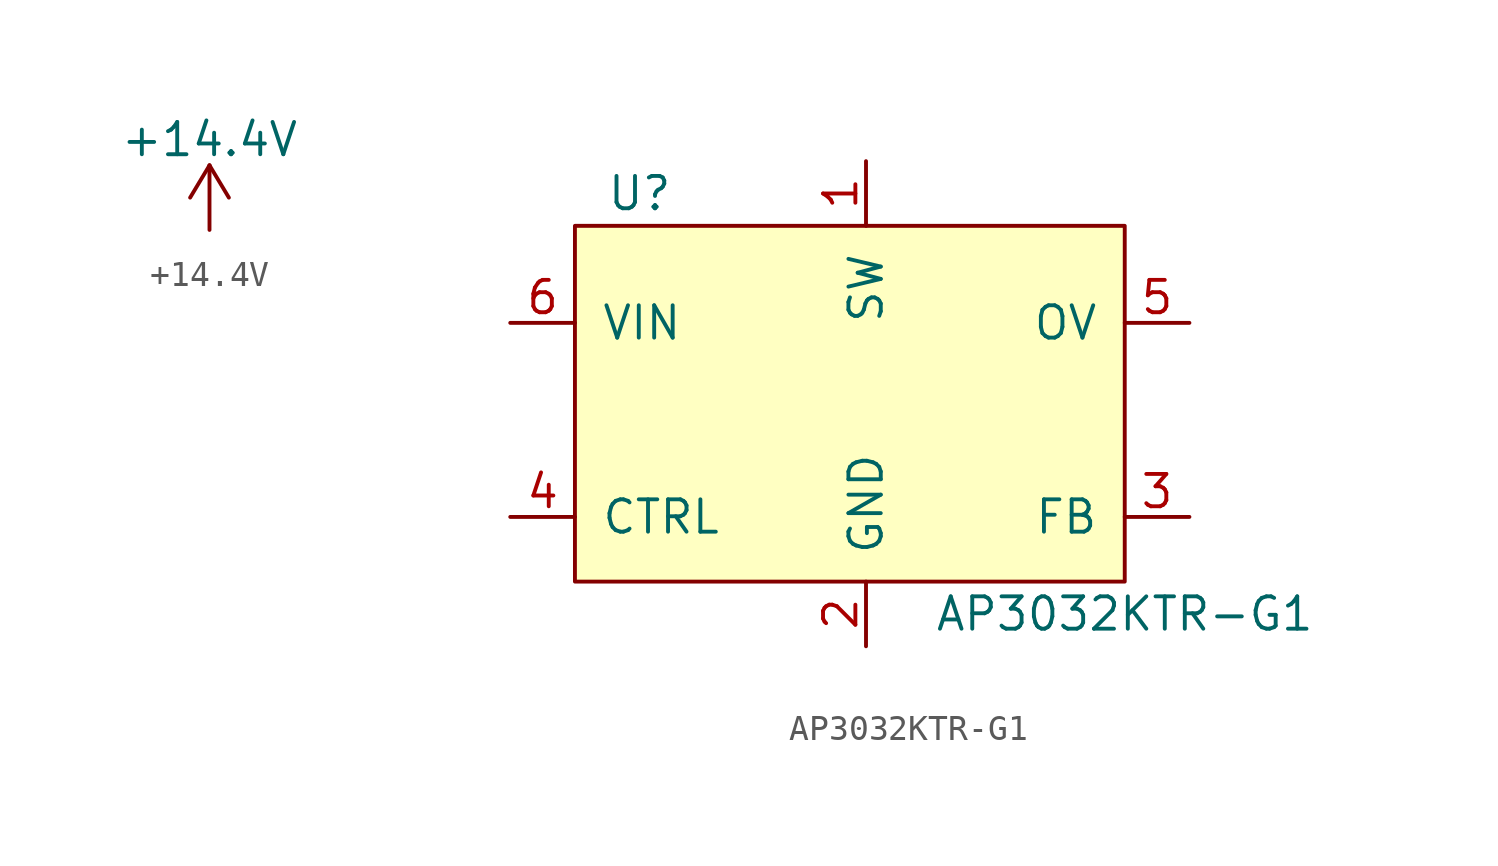
<source format=kicad_sym>
(kicad_symbol_lib
  (version 20231120)
  (generator "kicad_symbol_editor")
  (generator_version "8.0")
  (symbol "+14.4V"
    (power)
    (pin_names
      (offset 0))
    (property "Reference" "#PWR"
      (at 0 -3.81 0)
      (effects (font (size 1.27 1.27)) (hide yes)))
    (property "Value" "+14.4V"
      (at 0 3.556 0)
      (effects (font (size 1.27 1.27))))
    (symbol "+14.4V_0_1"
      (polyline (pts (xy -0.762 1.27) (xy 0 2.54)) (stroke (width 0) (type default)) (fill (type none)))
      (polyline (pts (xy 0 0) (xy 0 2.54)) (stroke (width 0) (type default)) (fill (type none)))
      (polyline (pts (xy 0 2.54) (xy 0.762 1.27)) (stroke (width 0) (type default)) (fill (type none))))
    (symbol "+14.4V_1_1"
      (pin power_in line (at 0 0 90) (length 0) hide (name "+14.4V" (effects (font (size 1.27 1.27)))) (number "1" (effects (font (size 1.27 1.27)))))))
  (symbol "AP3032KTR-G1"
    (pin_names
      (offset 1.016))
    (property "Reference" "U"
      (at -8.89 8.89 0)
      (effects (font (size 1.27 1.27))))
    (property "Value" "AP3032KTR-G1"
      (at 10.16 -7.62 0)
      (effects (font (size 1.27 1.27))))
    (symbol "AP3032KTR-G1_0_1"
      (rectangle (start -11.43 7.62) (end 10.16 -6.35) (stroke (width 0) (type default)) (fill (type background))))
    (symbol "AP3032KTR-G1_1_1"
      (pin input line (at 0 10.16 270) (length 2.54) (name "SW" (effects (font (size 1.27 1.27)))) (number "1" (effects (font (size 1.27 1.27)))))
      (pin input line (at 0 -8.89 90) (length 2.54) (name "GND" (effects (font (size 1.27 1.27)))) (number "2" (effects (font (size 1.27 1.27)))))
      (pin input line (at 12.7 -3.81 180) (length 2.54) (name "FB" (effects (font (size 1.27 1.27)))) (number "3" (effects (font (size 1.27 1.27)))))
      (pin input line (at -13.97 -3.81 0) (length 2.54) (name "CTRL" (effects (font (size 1.27 1.27)))) (number "4" (effects (font (size 1.27 1.27)))))
      (pin input line (at 12.7 3.81 180) (length 2.54) (name "OV" (effects (font (size 1.27 1.27)))) (number "5" (effects (font (size 1.27 1.27)))))
      (pin input line (at -13.97 3.81 0) (length 2.54) (name "VIN" (effects (font (size 1.27 1.27)))) (number "6" (effects (font (size 1.27 1.27))))))))
</source>
